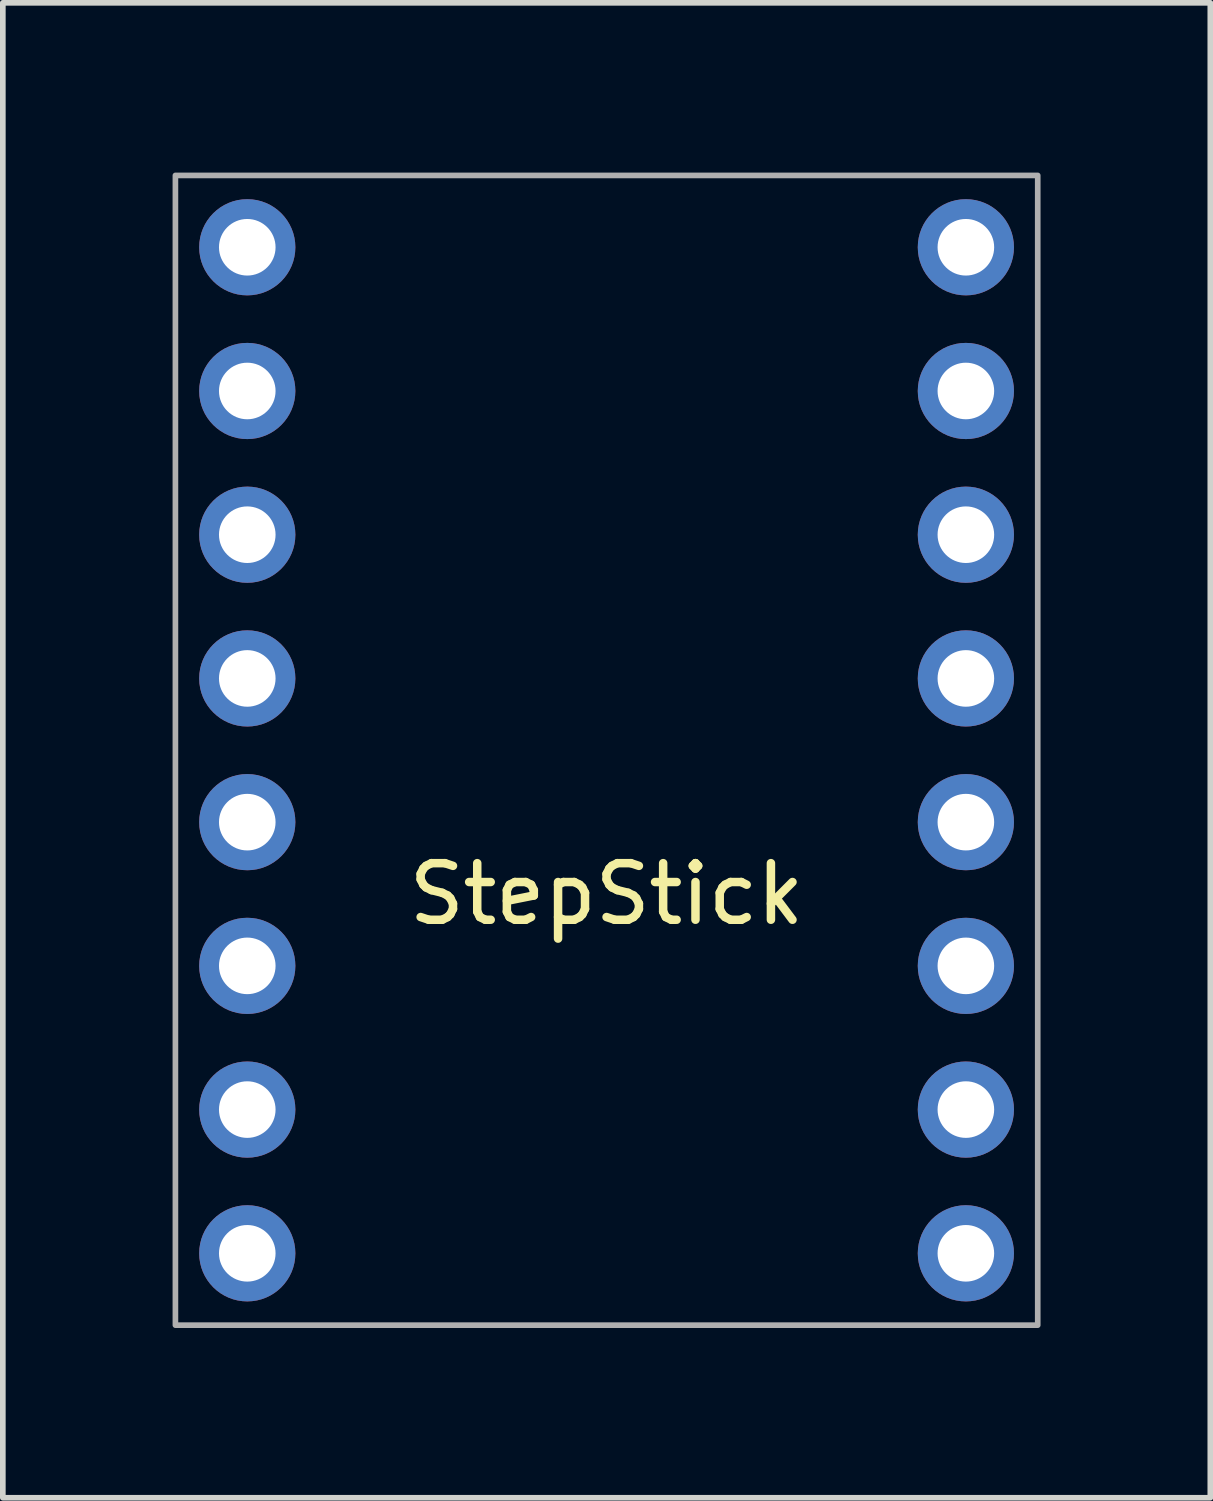
<source format=kicad_pcb>
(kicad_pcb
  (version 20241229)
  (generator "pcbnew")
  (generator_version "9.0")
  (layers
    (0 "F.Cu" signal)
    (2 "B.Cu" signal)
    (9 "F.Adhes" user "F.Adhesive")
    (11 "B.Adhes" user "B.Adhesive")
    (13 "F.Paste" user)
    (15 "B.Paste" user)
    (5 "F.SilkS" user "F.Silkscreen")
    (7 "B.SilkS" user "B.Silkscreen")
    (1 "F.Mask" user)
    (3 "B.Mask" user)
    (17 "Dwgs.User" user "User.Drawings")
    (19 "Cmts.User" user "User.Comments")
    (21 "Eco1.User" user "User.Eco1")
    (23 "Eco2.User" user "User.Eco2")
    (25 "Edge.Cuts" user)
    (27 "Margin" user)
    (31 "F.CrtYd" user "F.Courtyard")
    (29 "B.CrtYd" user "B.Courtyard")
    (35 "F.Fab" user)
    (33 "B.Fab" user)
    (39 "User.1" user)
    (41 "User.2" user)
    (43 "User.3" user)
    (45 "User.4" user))
  (footprint "StepStick"
    (layer "F.Cu")
    (at 14.02 19.1)
    (property "Reference" "StepStick" (at -6.35 -6.35 0) (layer "F.SilkS") (effects (font (size 1 1) (thickness 0.15))))
    (attr through_hole)
    (fp_poly (pts (xy -13.97 -19.05) (xy -13.97 1.27) (xy 1.27 1.27) (xy 1.27 -19.05)) (stroke (width 0.1) (type solid)) (fill no) (layer "F.Fab"))
    (pad "1" thru_hole oval (at 0 0) (size 1.7 1.7) (drill 1) (layers "*.Cu" "*.Mask"))
    (pad "2" thru_hole oval (at 0 -2.54) (size 1.7 1.7) (drill 1) (layers "*.Cu" "*.Mask"))
    (pad "3" thru_hole oval (at 0 -5.08) (size 1.7 1.7) (drill 1) (layers "*.Cu" "*.Mask"))
    (pad "4" thru_hole oval (at 0 -7.62) (size 1.7 1.7) (drill 1) (layers "*.Cu" "*.Mask"))
    (pad "5" thru_hole oval (at 0 -10.16) (size 1.7 1.7) (drill 1) (layers "*.Cu" "*.Mask"))
    (pad "6" thru_hole oval (at 0 -12.7) (size 1.7 1.7) (drill 1) (layers "*.Cu" "*.Mask"))
    (pad "7" thru_hole oval (at 0 -15.24) (size 1.7 1.7) (drill 1) (layers "*.Cu" "*.Mask"))
    (pad "8" thru_hole oval (at 0 -17.78) (size 1.7 1.7) (drill 1) (layers "*.Cu" "*.Mask"))
    (pad "9" thru_hole oval (at -12.7 -17.78) (size 1.7 1.7) (drill 1) (layers "*.Cu" "*.Mask"))
    (pad "10" thru_hole oval (at -12.7 -15.24) (size 1.7 1.7) (drill 1) (layers "*.Cu" "*.Mask"))
    (pad "11" thru_hole oval (at -12.7 -12.7) (size 1.7 1.7) (drill 1) (layers "*.Cu" "*.Mask"))
    (pad "12" thru_hole oval (at -12.7 -10.16) (size 1.7 1.7) (drill 1) (layers "*.Cu" "*.Mask"))
    (pad "13" thru_hole oval (at -12.7 -7.62) (size 1.7 1.7) (drill 1) (layers "*.Cu" "*.Mask"))
    (pad "14" thru_hole oval (at -12.7 -5.08) (size 1.7 1.7) (drill 1) (layers "*.Cu" "*.Mask"))
    (pad "15" thru_hole oval (at -12.7 -2.54) (size 1.7 1.7) (drill 1) (layers "*.Cu" "*.Mask"))
    (pad "16" thru_hole oval (at -12.7 0) (size 1.7 1.7) (drill 1) (layers "*.Cu" "*.Mask")))
  (gr_rect
    (start -3 -3)
    (end 18.34 23.42)
    (stroke (width 0.1) (type default))
    (fill no)
    (layer "Edge.Cuts")))
</source>
